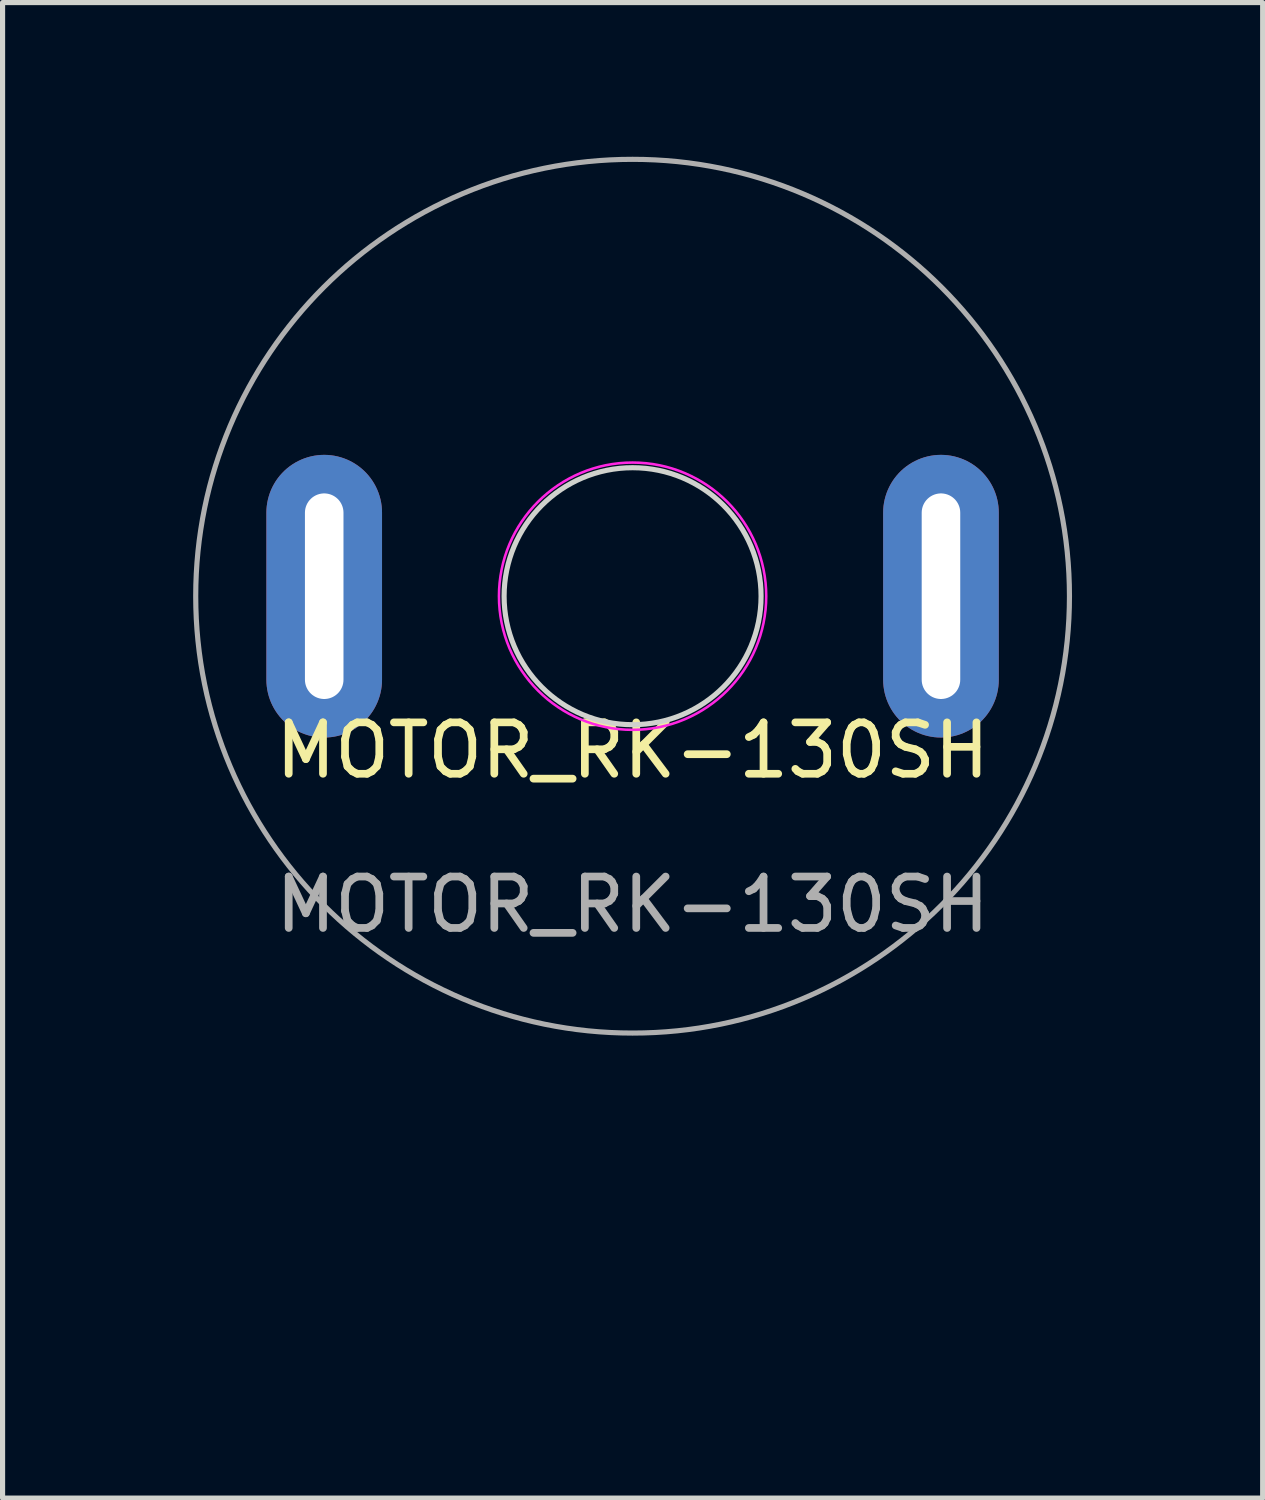
<source format=kicad_pcb>
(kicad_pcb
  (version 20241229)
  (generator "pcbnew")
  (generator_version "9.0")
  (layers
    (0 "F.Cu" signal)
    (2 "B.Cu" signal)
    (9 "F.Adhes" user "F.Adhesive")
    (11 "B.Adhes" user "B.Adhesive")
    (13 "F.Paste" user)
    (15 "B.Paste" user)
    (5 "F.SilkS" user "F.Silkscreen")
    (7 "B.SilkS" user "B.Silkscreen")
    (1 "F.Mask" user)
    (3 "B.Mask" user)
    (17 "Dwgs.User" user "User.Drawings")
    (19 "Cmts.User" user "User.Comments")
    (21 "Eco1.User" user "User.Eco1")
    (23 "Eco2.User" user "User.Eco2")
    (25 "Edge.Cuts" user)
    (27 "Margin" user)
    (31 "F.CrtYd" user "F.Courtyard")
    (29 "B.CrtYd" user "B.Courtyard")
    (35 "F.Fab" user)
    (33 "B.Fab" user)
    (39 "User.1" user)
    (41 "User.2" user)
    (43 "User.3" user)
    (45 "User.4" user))
  (footprint "MOTOR_RK-130SH"
    (layer "F.Cu")
    (at 9.258 8.55)
    (property "Reference" "MOTOR_RK-130SH" (at 0 3 0) (unlocked yes) (layer "F.SilkS") (effects (font (size 1 1) (thickness 0.15))))
    (attr smd)
    (fp_circle (center 0 0) (end 2.5 0) (stroke (width 0.1) (type default)) (fill no) (layer "Edge.Cuts"))
    (fp_circle (center 0 0) (end 2.6 0) (stroke (width 0.05) (type default)) (fill no) (layer "F.CrtYd"))
    (fp_circle (center 0 0) (end 8.5 0) (stroke (width 0.1) (type default)) (fill no) (layer "F.Fab"))
    (fp_text user "${REFERENCE}" (at 0 6 0) (unlocked yes) (layer "F.Fab") (effects (font (size 1 1) (thickness 0.15))))
    (dimension (type aligned) (layer "Eco1.User") (pts (xy 15.258 8.55) (xy 9.258 8.55)) (height -12) (format (prefix "") (suffix "") (units 3) (units_format 1) (precision 4)) (style (thickness 0.1) (arrow_length 1.27) (text_position_mode 2) (arrow_direction outward) (extension_height 0.586) (extension_offset 0.5) (keep_text_aligned yes)) (gr_text "6.0000 mm" (at 14.058 22.25 0) (layer "Eco1.User") (effects (font (size 1 1) (thickness 0.15)))))
    (dimension (type aligned) (layer "Eco1.User") (pts (xy 9.258 8.55) (xy 3.258 8.55)) (height -12) (format (prefix "") (suffix "") (units 3) (units_format 1) (precision 4)) (style (thickness 0.1) (arrow_length 1.27) (text_position_mode 2) (arrow_direction outward) (extension_height 0.586) (extension_offset 0.5) (keep_text_aligned yes)) (gr_text "6.0000 mm" (at 4.458 22.25 0) (layer "Eco1.User") (effects (font (size 1 1) (thickness 0.15)))))
    (pad "1" thru_hole oval (at -6 0) (size 2.25 5.5) (drill oval 0.75 4) (layers "*.Cu" "*.Mask"))
    (pad "2" thru_hole oval (at 6 0) (size 2.25 5.5) (drill oval 0.75 4) (layers "*.Cu" "*.Mask")))
  (gr_rect
    (start -3 -3)
    (end 21.517 26.098)
    (stroke (width 0.1) (type default))
    (fill no)
    (layer "Edge.Cuts")))
</source>
